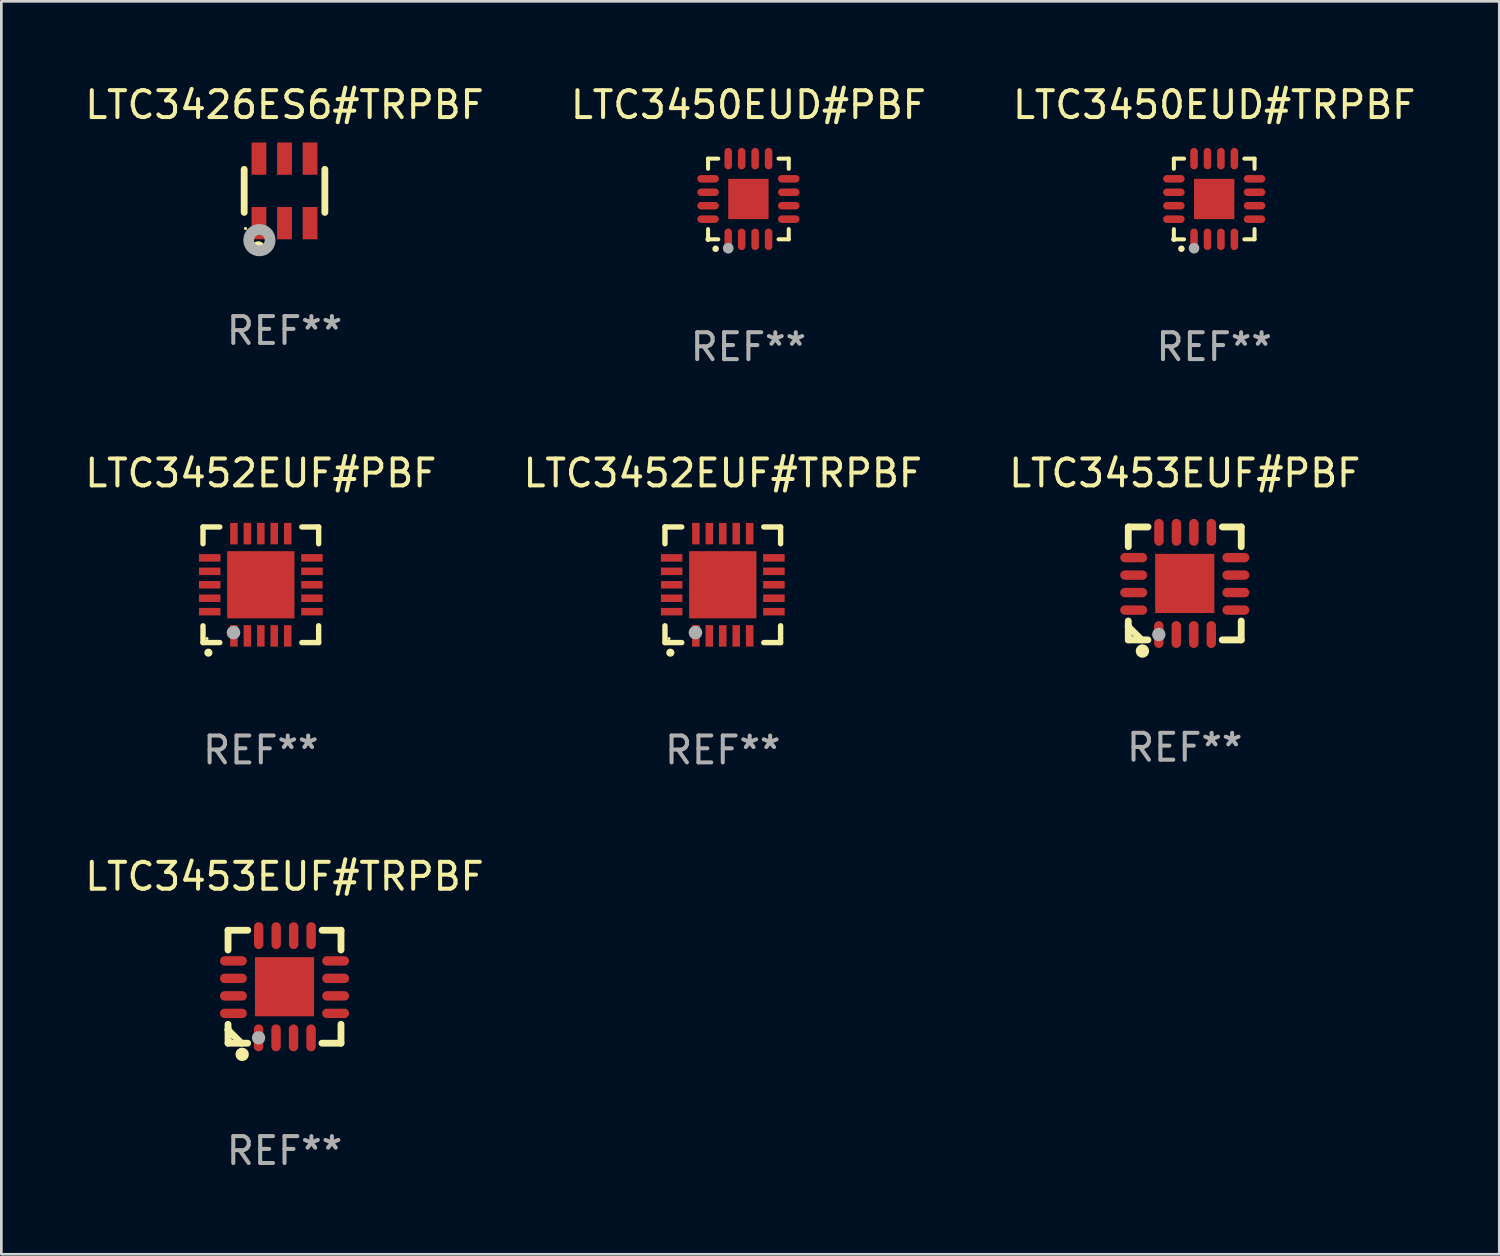
<source format=kicad_pcb>
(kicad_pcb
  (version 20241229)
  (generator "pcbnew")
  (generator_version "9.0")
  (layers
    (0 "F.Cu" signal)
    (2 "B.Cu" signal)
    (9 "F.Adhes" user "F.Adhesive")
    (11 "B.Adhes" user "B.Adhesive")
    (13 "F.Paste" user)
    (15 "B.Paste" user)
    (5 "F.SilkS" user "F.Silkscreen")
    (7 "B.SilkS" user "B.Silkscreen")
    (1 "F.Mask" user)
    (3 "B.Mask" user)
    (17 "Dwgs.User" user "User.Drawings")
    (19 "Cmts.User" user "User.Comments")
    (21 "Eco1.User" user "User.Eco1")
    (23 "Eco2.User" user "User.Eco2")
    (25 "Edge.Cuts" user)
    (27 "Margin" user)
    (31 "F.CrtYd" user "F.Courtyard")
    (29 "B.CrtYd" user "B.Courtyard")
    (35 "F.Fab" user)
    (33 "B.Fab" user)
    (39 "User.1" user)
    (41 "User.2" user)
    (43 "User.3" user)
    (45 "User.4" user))
  (footprint "LTC3452EUF#TRPBF"
    (layer "F.Cu")
    (at 23.827 18.695)
    (property "Reference" "LTC3452EUF#TRPBF" (at 0 -4.15 0) (layer "F.SilkS") (effects (font (size 1 1) (thickness 0.15))))
    (attr through_hole)
    (fp_line (start -2.15 -2.15) (end -2.15 -1.525) (stroke (width 0.2) (type solid)) (layer "F.SilkS"))
    (fp_line (start -2.15 2.15) (end -2.15 1.525) (stroke (width 0.2) (type solid)) (layer "F.SilkS"))
    (fp_line (start -1.525 -2.15) (end -2.15 -2.15) (stroke (width 0.2) (type solid)) (layer "F.SilkS"))
    (fp_line (start -1.525 2.15) (end -2.15 2.15) (stroke (width 0.2) (type solid)) (layer "F.SilkS"))
    (fp_line (start 1.525 2.15) (end 2.15 2.15) (stroke (width 0.2) (type solid)) (layer "F.SilkS"))
    (fp_line (start 2.15 -2.15) (end 1.525 -2.15) (stroke (width 0.2) (type solid)) (layer "F.SilkS"))
    (fp_line (start 2.15 -1.525) (end 2.15 -2.15) (stroke (width 0.2) (type solid)) (layer "F.SilkS"))
    (fp_line (start 2.15 2.15) (end 2.15 1.525) (stroke (width 0.2) (type solid)) (layer "F.SilkS"))
    (fp_arc (start -1.950724 2.524765) (mid -1.949454 2.52476) (end -1.948184 2.524765) (stroke (width 0.3) (type solid)) (layer "F.SilkS"))
    (fp_circle (center -2.001 2.001) (end -1.971 2.001) (stroke (width 0.06) (type solid)) (fill no) (layer "F.SilkS"))
    (fp_circle (center -1.016 1.778) (end -0.889 1.778) (stroke (width 0.254) (type solid)) (fill no) (layer "F.Fab"))
    (fp_text user "REF**" (at 0 6.15 0) (layer "F.Fab") (effects (font (size 1 1) (thickness 0.15))))
    (pad "1" smd rect (at -1 1.901) (size 0.28 0.8) (layers "F.Cu" "F.Mask" "F.Paste"))
    (pad "2" smd rect (at -0.5 1.901) (size 0.28 0.8) (layers "F.Cu" "F.Mask" "F.Paste"))
    (pad "3" smd rect (at 0 1.901) (size 0.28 0.8) (layers "F.Cu" "F.Mask" "F.Paste"))
    (pad "4" smd rect (at 0.5 1.901) (size 0.28 0.8) (layers "F.Cu" "F.Mask" "F.Paste"))
    (pad "5" smd rect (at 1 1.901) (size 0.28 0.8) (layers "F.Cu" "F.Mask" "F.Paste"))
    (pad "6" smd rect (at 1.901 1) (size 0.8 0.28) (layers "F.Cu" "F.Mask" "F.Paste"))
    (pad "7" smd rect (at 1.901 0.5) (size 0.8 0.28) (layers "F.Cu" "F.Mask" "F.Paste"))
    (pad "8" smd rect (at 1.901 0) (size 0.8 0.28) (layers "F.Cu" "F.Mask" "F.Paste"))
    (pad "9" smd rect (at 1.901 -0.5) (size 0.8 0.28) (layers "F.Cu" "F.Mask" "F.Paste"))
    (pad "10" smd rect (at 1.901 -1) (size 0.8 0.28) (layers "F.Cu" "F.Mask" "F.Paste"))
    (pad "11" smd rect (at 1 -1.901) (size 0.28 0.8) (layers "F.Cu" "F.Mask" "F.Paste"))
    (pad "12" smd rect (at 0.5 -1.901) (size 0.28 0.8) (layers "F.Cu" "F.Mask" "F.Paste"))
    (pad "13" smd rect (at 0 -1.901) (size 0.28 0.8) (layers "F.Cu" "F.Mask" "F.Paste"))
    (pad "14" smd rect (at -0.5 -1.901) (size 0.28 0.8) (layers "F.Cu" "F.Mask" "F.Paste"))
    (pad "15" smd rect (at -1 -1.901) (size 0.28 0.8) (layers "F.Cu" "F.Mask" "F.Paste"))
    (pad "16" smd rect (at -1.901 -1) (size 0.8 0.28) (layers "F.Cu" "F.Mask" "F.Paste"))
    (pad "17" smd rect (at -1.901 -0.5) (size 0.8 0.28) (layers "F.Cu" "F.Mask" "F.Paste"))
    (pad "18" smd rect (at -1.901 0) (size 0.8 0.28) (layers "F.Cu" "F.Mask" "F.Paste"))
    (pad "19" smd rect (at -1.901 0.5) (size 0.8 0.28) (layers "F.Cu" "F.Mask" "F.Paste"))
    (pad "20" smd rect (at -1.901 1) (size 0.8 0.28) (layers "F.Cu" "F.Mask" "F.Paste"))
    (pad "21" smd rect (at 0 0) (size 2.5 2.5) (layers "F.Cu" "F.Mask" "F.Paste")))
  (footprint "LTC3450EUD#PBF"
    (layer "F.Cu")
    (at 24.78 4.349)
    (property "Reference" "LTC3450EUD#PBF" (at 0 -3.5 0) (layer "F.SilkS") (effects (font (size 1 1) (thickness 0.15))))
    (attr through_hole)
    (fp_line (start -1.5 -1.5) (end -1.121 -1.5) (stroke (width 0.15) (type solid)) (layer "F.SilkS"))
    (fp_line (start -1.5 -1.122) (end -1.5 -1.5) (stroke (width 0.15) (type solid)) (layer "F.SilkS"))
    (fp_line (start -1.5 1.5) (end -1.5 1.121) (stroke (width 0.15) (type solid)) (layer "F.SilkS"))
    (fp_line (start -1.121 1.5) (end -1.5 1.5) (stroke (width 0.15) (type solid)) (layer "F.SilkS"))
    (fp_line (start 1.121 -1.5) (end 1.5 -1.5) (stroke (width 0.15) (type solid)) (layer "F.SilkS"))
    (fp_line (start 1.5 -1.5) (end 1.5 -1.122) (stroke (width 0.15) (type solid)) (layer "F.SilkS"))
    (fp_line (start 1.5 1.121) (end 1.5 1.5) (stroke (width 0.15) (type solid)) (layer "F.SilkS"))
    (fp_line (start 1.5 1.5) (end 1.121 1.5) (stroke (width 0.15) (type solid)) (layer "F.SilkS"))
    (fp_arc (start -1.219926 1.850254) (mid -1.21891 1.85025) (end -1.217894 1.850254) (stroke (width 0.240005) (type solid)) (layer "F.SilkS"))
    (fp_circle (center -1.5 1.5) (end -1.45 1.5) (stroke (width 0.1) (type solid)) (fill no) (layer "F.SilkS"))
    (fp_circle (center -0.75 1.83) (end -0.65 1.83) (stroke (width 0.2) (type solid)) (fill no) (layer "F.Fab"))
    (fp_text user "REF**" (at 0 5.5 0) (layer "F.Fab") (effects (font (size 1 1) (thickness 0.15))))
    (pad "1" smd oval (at -0.75 1.5) (size 0.28 0.8) (layers "F.Cu" "F.Mask" "F.Paste"))
    (pad "2" smd oval (at -0.25 1.5) (size 0.28 0.8) (layers "F.Cu" "F.Mask" "F.Paste"))
    (pad "3" smd oval (at 0.25 1.5) (size 0.28 0.8) (layers "F.Cu" "F.Mask" "F.Paste"))
    (pad "4" smd oval (at 0.75 1.5) (size 0.28 0.8) (layers "F.Cu" "F.Mask" "F.Paste"))
    (pad "5" smd oval (at 1.5 0.75) (size 0.8 0.28) (layers "F.Cu" "F.Mask" "F.Paste"))
    (pad "6" smd oval (at 1.5 0.25) (size 0.8 0.28) (layers "F.Cu" "F.Mask" "F.Paste"))
    (pad "7" smd oval (at 1.5 -0.25) (size 0.8 0.28) (layers "F.Cu" "F.Mask" "F.Paste"))
    (pad "8" smd oval (at 1.5 -0.75) (size 0.8 0.28) (layers "F.Cu" "F.Mask" "F.Paste"))
    (pad "9" smd oval (at 0.75 -1.5) (size 0.28 0.8) (layers "F.Cu" "F.Mask" "F.Paste"))
    (pad "10" smd oval (at 0.25 -1.5) (size 0.28 0.8) (layers "F.Cu" "F.Mask" "F.Paste"))
    (pad "11" smd oval (at -0.25 -1.5) (size 0.28 0.8) (layers "F.Cu" "F.Mask" "F.Paste"))
    (pad "12" smd oval (at -0.75 -1.5) (size 0.28 0.8) (layers "F.Cu" "F.Mask" "F.Paste"))
    (pad "13" smd oval (at -1.5 -0.75) (size 0.8 0.28) (layers "F.Cu" "F.Mask" "F.Paste"))
    (pad "14" smd oval (at -1.5 -0.25) (size 0.8 0.28) (layers "F.Cu" "F.Mask" "F.Paste"))
    (pad "15" smd oval (at -1.5 0.25) (size 0.8 0.28) (layers "F.Cu" "F.Mask" "F.Paste"))
    (pad "16" smd oval (at -1.5 0.75) (size 0.8 0.28) (layers "F.Cu" "F.Mask" "F.Paste"))
    (pad "17" smd rect (at -0.000064 0.000165) (size 1.5 1.5) (layers "F.Cu" "F.Mask" "F.Paste")))
  (footprint "LTC3453EUF#PBF"
    (layer "F.Cu")
    (at 41.006 18.645)
    (property "Reference" "LTC3453EUF#PBF" (at 0 -4.1 0) (layer "F.SilkS") (effects (font (size 1 1) (thickness 0.15))))
    (attr through_hole)
    (fp_line (start -2.1 -2.1) (end -1.366 -2.1) (stroke (width 0.254) (type solid)) (layer "F.SilkS"))
    (fp_line (start -2.1 -1.366) (end -2.1 -2.1) (stroke (width 0.254) (type solid)) (layer "F.SilkS"))
    (fp_line (start -2.1 1.572) (end -2.1 1.607) (stroke (width 0.254) (type solid)) (layer "F.SilkS"))
    (fp_line (start -2.1 1.607) (end -1.607 2.1) (stroke (width 0.254) (type solid)) (layer "F.SilkS"))
    (fp_line (start -2.1 2.1) (end -2.1 1.397) (stroke (width 0.254) (type solid)) (layer "F.SilkS"))
    (fp_line (start -2.1 2.1) (end -1.371 2.1) (stroke (width 0.254) (type solid)) (layer "F.SilkS"))
    (fp_line (start 1.392 2.1) (end 2.1 2.1) (stroke (width 0.254) (type solid)) (layer "F.SilkS"))
    (fp_line (start 1.397 -2.1) (end 2.1 -2.1) (stroke (width 0.254) (type solid)) (layer "F.SilkS"))
    (fp_line (start 2.1 -1.366) (end 2.1 -2.1) (stroke (width 0.254) (type solid)) (layer "F.SilkS"))
    (fp_line (start 2.1 2.1) (end 2.1 1.397) (stroke (width 0.254) (type solid)) (layer "F.SilkS"))
    (fp_circle (center -2 2) (end -1.97 2) (stroke (width 0.06) (type solid)) (fill no) (layer "F.SilkS"))
    (fp_circle (center -1.575 2.515) (end -1.45 2.515) (stroke (width 0.25) (type solid)) (fill no) (layer "F.SilkS"))
    (fp_circle (center -0.965 1.9) (end -0.84 1.9) (stroke (width 0.25) (type solid)) (fill no) (layer "F.Fab"))
    (fp_text user "REF**" (at 0 6.1 0) (layer "F.Fab") (effects (font (size 1 1) (thickness 0.15))))
    (pad "1" smd oval (at -0.965 1.9) (size 0.35 1) (layers "F.Cu" "F.Mask" "F.Paste"))
    (pad "2" smd oval (at -0.315 1.9) (size 0.35 1) (layers "F.Cu" "F.Mask" "F.Paste"))
    (pad "3" smd oval (at 0.335 1.9) (size 0.35 1) (layers "F.Cu" "F.Mask" "F.Paste"))
    (pad "4" smd oval (at 0.986 1.9) (size 0.35 1) (layers "F.Cu" "F.Mask" "F.Paste"))
    (pad "5" smd oval (at 1.9 0.991) (size 1 0.35) (layers "F.Cu" "F.Mask" "F.Paste"))
    (pad "6" smd oval (at 1.9 0.34) (size 1 0.35) (layers "F.Cu" "F.Mask" "F.Paste"))
    (pad "7" smd oval (at 1.9 -0.31) (size 1 0.35) (layers "F.Cu" "F.Mask" "F.Paste"))
    (pad "8" smd oval (at 1.9 -0.96) (size 1 0.35) (layers "F.Cu" "F.Mask" "F.Paste"))
    (pad "9" smd oval (at 0.991 -1.9) (size 0.35 1) (layers "F.Cu" "F.Mask" "F.Paste"))
    (pad "10" smd oval (at 0.34 -1.9) (size 0.35 1) (layers "F.Cu" "F.Mask" "F.Paste"))
    (pad "11" smd oval (at -0.31 -1.9) (size 0.35 1) (layers "F.Cu" "F.Mask" "F.Paste"))
    (pad "12" smd oval (at -0.96 -1.9) (size 0.35 1) (layers "F.Cu" "F.Mask" "F.Paste"))
    (pad "13" smd oval (at -1.9 -0.96) (size 1 0.35) (layers "F.Cu" "F.Mask" "F.Paste"))
    (pad "14" smd oval (at -1.9 -0.31) (size 1 0.35) (layers "F.Cu" "F.Mask" "F.Paste"))
    (pad "15" smd oval (at -1.9 0.34) (size 1 0.35) (layers "F.Cu" "F.Mask" "F.Paste"))
    (pad "16" smd oval (at -1.9 0.991) (size 1 0.35) (layers "F.Cu" "F.Mask" "F.Paste"))
    (pad "17" smd rect (at 0 0) (size 2.2 2.2) (layers "F.Cu" "F.Mask" "F.Paste")))
  (footprint "LTC3450EUD#TRPBF"
    (layer "F.Cu")
    (at 42.101 4.349)
    (property "Reference" "LTC3450EUD#TRPBF" (at 0 -3.5 0) (layer "F.SilkS") (effects (font (size 1 1) (thickness 0.15))))
    (attr through_hole)
    (fp_line (start -1.5 -1.5) (end -1.121 -1.5) (stroke (width 0.15) (type solid)) (layer "F.SilkS"))
    (fp_line (start -1.5 -1.122) (end -1.5 -1.5) (stroke (width 0.15) (type solid)) (layer "F.SilkS"))
    (fp_line (start -1.5 1.5) (end -1.5 1.121) (stroke (width 0.15) (type solid)) (layer "F.SilkS"))
    (fp_line (start -1.121 1.5) (end -1.5 1.5) (stroke (width 0.15) (type solid)) (layer "F.SilkS"))
    (fp_line (start 1.121 -1.5) (end 1.5 -1.5) (stroke (width 0.15) (type solid)) (layer "F.SilkS"))
    (fp_line (start 1.5 -1.5) (end 1.5 -1.122) (stroke (width 0.15) (type solid)) (layer "F.SilkS"))
    (fp_line (start 1.5 1.121) (end 1.5 1.5) (stroke (width 0.15) (type solid)) (layer "F.SilkS"))
    (fp_line (start 1.5 1.5) (end 1.121 1.5) (stroke (width 0.15) (type solid)) (layer "F.SilkS"))
    (fp_arc (start -1.219926 1.850254) (mid -1.21891 1.85025) (end -1.217894 1.850254) (stroke (width 0.240005) (type solid)) (layer "F.SilkS"))
    (fp_circle (center -1.5 1.5) (end -1.45 1.5) (stroke (width 0.1) (type solid)) (fill no) (layer "F.SilkS"))
    (fp_circle (center -0.75 1.83) (end -0.65 1.83) (stroke (width 0.2) (type solid)) (fill no) (layer "F.Fab"))
    (fp_text user "REF**" (at 0 5.5 0) (layer "F.Fab") (effects (font (size 1 1) (thickness 0.15))))
    (pad "1" smd oval (at -0.75 1.5) (size 0.28 0.8) (layers "F.Cu" "F.Mask" "F.Paste"))
    (pad "2" smd oval (at -0.25 1.5) (size 0.28 0.8) (layers "F.Cu" "F.Mask" "F.Paste"))
    (pad "3" smd oval (at 0.25 1.5) (size 0.28 0.8) (layers "F.Cu" "F.Mask" "F.Paste"))
    (pad "4" smd oval (at 0.75 1.5) (size 0.28 0.8) (layers "F.Cu" "F.Mask" "F.Paste"))
    (pad "5" smd oval (at 1.5 0.75) (size 0.8 0.28) (layers "F.Cu" "F.Mask" "F.Paste"))
    (pad "6" smd oval (at 1.5 0.25) (size 0.8 0.28) (layers "F.Cu" "F.Mask" "F.Paste"))
    (pad "7" smd oval (at 1.5 -0.25) (size 0.8 0.28) (layers "F.Cu" "F.Mask" "F.Paste"))
    (pad "8" smd oval (at 1.5 -0.75) (size 0.8 0.28) (layers "F.Cu" "F.Mask" "F.Paste"))
    (pad "9" smd oval (at 0.75 -1.5) (size 0.28 0.8) (layers "F.Cu" "F.Mask" "F.Paste"))
    (pad "10" smd oval (at 0.25 -1.5) (size 0.28 0.8) (layers "F.Cu" "F.Mask" "F.Paste"))
    (pad "11" smd oval (at -0.25 -1.5) (size 0.28 0.8) (layers "F.Cu" "F.Mask" "F.Paste"))
    (pad "12" smd oval (at -0.75 -1.5) (size 0.28 0.8) (layers "F.Cu" "F.Mask" "F.Paste"))
    (pad "13" smd oval (at -1.5 -0.75) (size 0.8 0.28) (layers "F.Cu" "F.Mask" "F.Paste"))
    (pad "14" smd oval (at -1.5 -0.25) (size 0.8 0.28) (layers "F.Cu" "F.Mask" "F.Paste"))
    (pad "15" smd oval (at -1.5 0.25) (size 0.8 0.28) (layers "F.Cu" "F.Mask" "F.Paste"))
    (pad "16" smd oval (at -1.5 0.75) (size 0.8 0.28) (layers "F.Cu" "F.Mask" "F.Paste"))
    (pad "17" smd rect (at -0.000064 0.000165) (size 1.5 1.5) (layers "F.Cu" "F.Mask" "F.Paste")))
  (footprint "LTC3453EUF#TRPBF"
    (layer "F.Cu")
    (at 7.53 33.642)
    (property "Reference" "LTC3453EUF#TRPBF" (at 0 -4.1 0) (layer "F.SilkS") (effects (font (size 1 1) (thickness 0.15))))
    (attr through_hole)
    (fp_line (start -2.1 -2.1) (end -1.366 -2.1) (stroke (width 0.254) (type solid)) (layer "F.SilkS"))
    (fp_line (start -2.1 -1.366) (end -2.1 -2.1) (stroke (width 0.254) (type solid)) (layer "F.SilkS"))
    (fp_line (start -2.1 1.572) (end -2.1 1.607) (stroke (width 0.254) (type solid)) (layer "F.SilkS"))
    (fp_line (start -2.1 1.607) (end -1.607 2.1) (stroke (width 0.254) (type solid)) (layer "F.SilkS"))
    (fp_line (start -2.1 2.1) (end -2.1 1.397) (stroke (width 0.254) (type solid)) (layer "F.SilkS"))
    (fp_line (start -2.1 2.1) (end -1.371 2.1) (stroke (width 0.254) (type solid)) (layer "F.SilkS"))
    (fp_line (start 1.392 2.1) (end 2.1 2.1) (stroke (width 0.254) (type solid)) (layer "F.SilkS"))
    (fp_line (start 1.397 -2.1) (end 2.1 -2.1) (stroke (width 0.254) (type solid)) (layer "F.SilkS"))
    (fp_line (start 2.1 -1.366) (end 2.1 -2.1) (stroke (width 0.254) (type solid)) (layer "F.SilkS"))
    (fp_line (start 2.1 2.1) (end 2.1 1.397) (stroke (width 0.254) (type solid)) (layer "F.SilkS"))
    (fp_circle (center -2 2) (end -1.97 2) (stroke (width 0.06) (type solid)) (fill no) (layer "F.SilkS"))
    (fp_circle (center -1.575 2.515) (end -1.45 2.515) (stroke (width 0.25) (type solid)) (fill no) (layer "F.SilkS"))
    (fp_circle (center -0.965 1.9) (end -0.84 1.9) (stroke (width 0.25) (type solid)) (fill no) (layer "F.Fab"))
    (fp_text user "REF**" (at 0 6.1 0) (layer "F.Fab") (effects (font (size 1 1) (thickness 0.15))))
    (pad "1" smd oval (at -0.965 1.9) (size 0.35 1) (layers "F.Cu" "F.Mask" "F.Paste"))
    (pad "2" smd oval (at -0.315 1.9) (size 0.35 1) (layers "F.Cu" "F.Mask" "F.Paste"))
    (pad "3" smd oval (at 0.335 1.9) (size 0.35 1) (layers "F.Cu" "F.Mask" "F.Paste"))
    (pad "4" smd oval (at 0.986 1.9) (size 0.35 1) (layers "F.Cu" "F.Mask" "F.Paste"))
    (pad "5" smd oval (at 1.9 0.991) (size 1 0.35) (layers "F.Cu" "F.Mask" "F.Paste"))
    (pad "6" smd oval (at 1.9 0.34) (size 1 0.35) (layers "F.Cu" "F.Mask" "F.Paste"))
    (pad "7" smd oval (at 1.9 -0.31) (size 1 0.35) (layers "F.Cu" "F.Mask" "F.Paste"))
    (pad "8" smd oval (at 1.9 -0.96) (size 1 0.35) (layers "F.Cu" "F.Mask" "F.Paste"))
    (pad "9" smd oval (at 0.991 -1.9) (size 0.35 1) (layers "F.Cu" "F.Mask" "F.Paste"))
    (pad "10" smd oval (at 0.34 -1.9) (size 0.35 1) (layers "F.Cu" "F.Mask" "F.Paste"))
    (pad "11" smd oval (at -0.31 -1.9) (size 0.35 1) (layers "F.Cu" "F.Mask" "F.Paste"))
    (pad "12" smd oval (at -0.96 -1.9) (size 0.35 1) (layers "F.Cu" "F.Mask" "F.Paste"))
    (pad "13" smd oval (at -1.9 -0.96) (size 1 0.35) (layers "F.Cu" "F.Mask" "F.Paste"))
    (pad "14" smd oval (at -1.9 -0.31) (size 1 0.35) (layers "F.Cu" "F.Mask" "F.Paste"))
    (pad "15" smd oval (at -1.9 0.34) (size 1 0.35) (layers "F.Cu" "F.Mask" "F.Paste"))
    (pad "16" smd oval (at -1.9 0.991) (size 1 0.35) (layers "F.Cu" "F.Mask" "F.Paste"))
    (pad "17" smd rect (at 0 0) (size 2.2 2.2) (layers "F.Cu" "F.Mask" "F.Paste")))
  (footprint "LTC3452EUF#PBF"
    (layer "F.Cu")
    (at 6.649 18.695)
    (property "Reference" "LTC3452EUF#PBF" (at 0 -4.15 0) (layer "F.SilkS") (effects (font (size 1 1) (thickness 0.15))))
    (attr through_hole)
    (fp_line (start -2.15 -2.15) (end -2.15 -1.525) (stroke (width 0.2) (type solid)) (layer "F.SilkS"))
    (fp_line (start -2.15 2.15) (end -2.15 1.525) (stroke (width 0.2) (type solid)) (layer "F.SilkS"))
    (fp_line (start -1.525 -2.15) (end -2.15 -2.15) (stroke (width 0.2) (type solid)) (layer "F.SilkS"))
    (fp_line (start -1.525 2.15) (end -2.15 2.15) (stroke (width 0.2) (type solid)) (layer "F.SilkS"))
    (fp_line (start 1.525 2.15) (end 2.15 2.15) (stroke (width 0.2) (type solid)) (layer "F.SilkS"))
    (fp_line (start 2.15 -2.15) (end 1.525 -2.15) (stroke (width 0.2) (type solid)) (layer "F.SilkS"))
    (fp_line (start 2.15 -1.525) (end 2.15 -2.15) (stroke (width 0.2) (type solid)) (layer "F.SilkS"))
    (fp_line (start 2.15 2.15) (end 2.15 1.525) (stroke (width 0.2) (type solid)) (layer "F.SilkS"))
    (fp_arc (start -1.950724 2.524765) (mid -1.949454 2.52476) (end -1.948184 2.524765) (stroke (width 0.3) (type solid)) (layer "F.SilkS"))
    (fp_circle (center -2.001 2.001) (end -1.971 2.001) (stroke (width 0.06) (type solid)) (fill no) (layer "F.SilkS"))
    (fp_circle (center -1.016 1.778) (end -0.889 1.778) (stroke (width 0.254) (type solid)) (fill no) (layer "F.Fab"))
    (fp_text user "REF**" (at 0 6.15 0) (layer "F.Fab") (effects (font (size 1 1) (thickness 0.15))))
    (pad "1" smd rect (at -1 1.901) (size 0.28 0.8) (layers "F.Cu" "F.Mask" "F.Paste"))
    (pad "2" smd rect (at -0.5 1.901) (size 0.28 0.8) (layers "F.Cu" "F.Mask" "F.Paste"))
    (pad "3" smd rect (at 0 1.901) (size 0.28 0.8) (layers "F.Cu" "F.Mask" "F.Paste"))
    (pad "4" smd rect (at 0.5 1.901) (size 0.28 0.8) (layers "F.Cu" "F.Mask" "F.Paste"))
    (pad "5" smd rect (at 1 1.901) (size 0.28 0.8) (layers "F.Cu" "F.Mask" "F.Paste"))
    (pad "6" smd rect (at 1.901 1) (size 0.8 0.28) (layers "F.Cu" "F.Mask" "F.Paste"))
    (pad "7" smd rect (at 1.901 0.5) (size 0.8 0.28) (layers "F.Cu" "F.Mask" "F.Paste"))
    (pad "8" smd rect (at 1.901 0) (size 0.8 0.28) (layers "F.Cu" "F.Mask" "F.Paste"))
    (pad "9" smd rect (at 1.901 -0.5) (size 0.8 0.28) (layers "F.Cu" "F.Mask" "F.Paste"))
    (pad "10" smd rect (at 1.901 -1) (size 0.8 0.28) (layers "F.Cu" "F.Mask" "F.Paste"))
    (pad "11" smd rect (at 1 -1.901) (size 0.28 0.8) (layers "F.Cu" "F.Mask" "F.Paste"))
    (pad "12" smd rect (at 0.5 -1.901) (size 0.28 0.8) (layers "F.Cu" "F.Mask" "F.Paste"))
    (pad "13" smd rect (at 0 -1.901) (size 0.28 0.8) (layers "F.Cu" "F.Mask" "F.Paste"))
    (pad "14" smd rect (at -0.5 -1.901) (size 0.28 0.8) (layers "F.Cu" "F.Mask" "F.Paste"))
    (pad "15" smd rect (at -1 -1.901) (size 0.28 0.8) (layers "F.Cu" "F.Mask" "F.Paste"))
    (pad "16" smd rect (at -1.901 -1) (size 0.8 0.28) (layers "F.Cu" "F.Mask" "F.Paste"))
    (pad "17" smd rect (at -1.901 -0.5) (size 0.8 0.28) (layers "F.Cu" "F.Mask" "F.Paste"))
    (pad "18" smd rect (at -1.901 0) (size 0.8 0.28) (layers "F.Cu" "F.Mask" "F.Paste"))
    (pad "19" smd rect (at -1.901 0.5) (size 0.8 0.28) (layers "F.Cu" "F.Mask" "F.Paste"))
    (pad "20" smd rect (at -1.901 1) (size 0.8 0.28) (layers "F.Cu" "F.Mask" "F.Paste"))
    (pad "21" smd rect (at 0 0) (size 2.5 2.5) (layers "F.Cu" "F.Mask" "F.Paste")))
  (footprint "LTC3426ES6#TRPBF"
    (layer "F.Cu")
    (at 7.53 4.048)
    (property "Reference" "LTC3426ES6#TRPBF" (at 0 -3.2 0) (layer "F.SilkS") (effects (font (size 1 1) (thickness 0.15))))
    (attr through_hole)
    (fp_line (start -1.5 0.8) (end -1.5 -0.8) (stroke (width 0.254) (type solid)) (layer "F.SilkS"))
    (fp_line (start 1.5 -0.8) (end 1.5 0.8) (stroke (width 0.254) (type solid)) (layer "F.SilkS"))
    (fp_circle (center -1.45 1.4) (end -1.42 1.4) (stroke (width 0.06) (type solid)) (fill no) (layer "F.SilkS"))
    (fp_circle (center -0.975 2.125) (end -0.848 2.125) (stroke (width 0.254) (type solid)) (fill no) (layer "F.SilkS"))
    (fp_circle (center -0.934 1.832) (end -0.735 1.832) (stroke (width 0.4) (type solid)) (fill no) (layer "F.Fab"))
    (fp_text user "REF**" (at 0 5.2 0) (layer "F.Fab") (effects (font (size 1 1) (thickness 0.15))))
    (pad "1" smd rect (at -0.95 1.2) (size 0.55 1.2) (layers "F.Cu" "F.Mask" "F.Paste"))
    (pad "2" smd rect (at 0 1.2) (size 0.55 1.2) (layers "F.Cu" "F.Mask" "F.Paste"))
    (pad "3" smd rect (at 0.95 1.2) (size 0.55 1.2) (layers "F.Cu" "F.Mask" "F.Paste"))
    (pad "4" smd rect (at 0.95 -1.2) (size 0.55 1.2) (layers "F.Cu" "F.Mask" "F.Paste"))
    (pad "5" smd rect (at 0 -1.2) (size 0.55 1.2) (layers "F.Cu" "F.Mask" "F.Paste"))
    (pad "6" smd rect (at -0.95 -1.2) (size 0.55 1.2) (layers "F.Cu" "F.Mask" "F.Paste")))
  (gr_rect
    (start -3 -3)
    (end 52.702 43.59)
    (stroke (width 0.1) (type default))
    (fill no)
    (layer "Edge.Cuts")))
</source>
